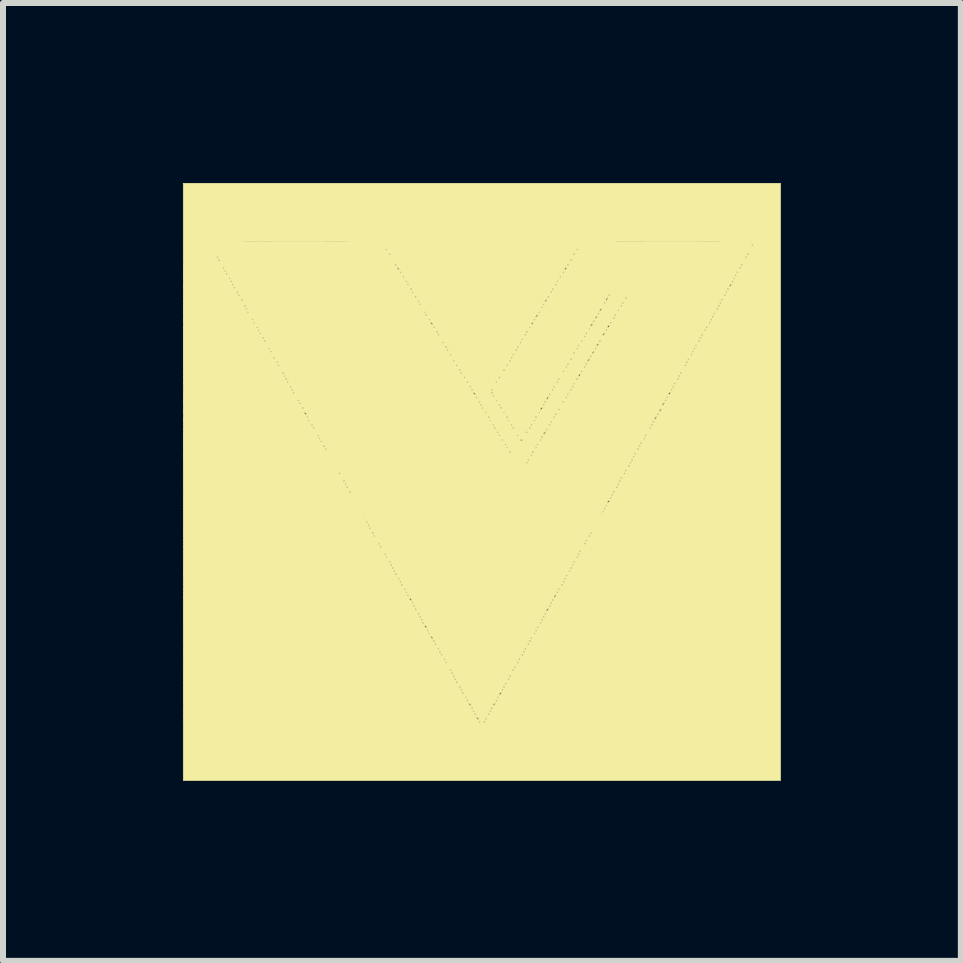
<source format=kicad_pcb>
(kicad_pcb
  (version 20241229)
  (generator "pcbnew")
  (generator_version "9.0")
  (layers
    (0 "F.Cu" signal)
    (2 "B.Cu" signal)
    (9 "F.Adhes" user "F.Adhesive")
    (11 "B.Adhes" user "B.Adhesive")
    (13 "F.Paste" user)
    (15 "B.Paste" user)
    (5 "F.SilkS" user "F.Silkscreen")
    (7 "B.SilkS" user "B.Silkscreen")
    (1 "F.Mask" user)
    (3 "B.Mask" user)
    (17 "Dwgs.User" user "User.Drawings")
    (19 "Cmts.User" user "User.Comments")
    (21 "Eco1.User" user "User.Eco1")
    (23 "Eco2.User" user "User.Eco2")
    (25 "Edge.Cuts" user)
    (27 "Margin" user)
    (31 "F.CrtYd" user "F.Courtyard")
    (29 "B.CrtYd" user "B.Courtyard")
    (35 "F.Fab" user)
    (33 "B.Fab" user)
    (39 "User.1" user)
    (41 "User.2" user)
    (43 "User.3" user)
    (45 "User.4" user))
  (footprint "logo10"
    (layer "F.Cu")
    (at 4.983 4.983)
    (property "Reference" "logo10" (at 0 0 0) (layer "F.SilkS") (effects (font (size 1.524 1.524) (thickness 0.3))))
    (attr through_hole)
    (fp_poly (pts (xy 4.978 4.978) (xy -4.978 4.978) (xy -4.978 4) (xy -0.051 4) (xy -0.038 4.013) (xy -0.025 4) (xy 0.025 4) (xy 0.038 4.013) (xy 0.051 4) (xy 0.038 3.988) (xy 0.025 4) (xy -0.025 4) (xy -0.038 3.988) (xy -0.051 4) (xy -4.978 4) (xy -4.978 3.919) (xy -0.098 3.919) (xy -0.091 3.933) (xy -0.066 3.96) (xy -0.051 3.955) (xy -0.051 3.951) (xy -0.052 3.95) (xy 0.051 3.95) (xy 0.064 3.962) (xy 0.076 3.95) (xy 0.064 3.937) (xy 0.051 3.95) (xy -0.052 3.95) (xy -0.069 3.93) (xy -0.08 3.922) (xy -0.098 3.919) (xy -4.978 3.919) (xy -4.978 3.873) (xy -0.127 3.873) (xy -0.114 3.886) (xy -0.102 3.873) (xy 0.102 3.873) (xy 0.114 3.886) (xy 0.127 3.873) (xy 0.114 3.861) (xy 0.102 3.873) (xy -0.102 3.873) (xy -0.114 3.861) (xy -0.127 3.873) (xy -4.978 3.873) (xy -4.978 3.823) (xy -0.152 3.823) (xy -0.14 3.835) (xy -0.127 3.823) (xy 0.127 3.823) (xy 0.14 3.835) (xy 0.152 3.823) (xy 0.14 3.81) (xy 0.127 3.823) (xy -0.127 3.823) (xy -0.14 3.81) (xy -0.152 3.823) (xy -4.978 3.823) (xy -4.978 3.772) (xy -0.178 3.772) (xy -0.165 3.785) (xy -0.152 3.772) (xy 0.152 3.772) (xy 0.165 3.785) (xy 0.178 3.772) (xy 0.165 3.759) (xy 0.152 3.772) (xy -0.152 3.772) (xy -0.165 3.759) (xy -0.178 3.772) (xy -4.978 3.772) (xy -4.978 3.732) (xy 0.184 3.732) (xy 0.188 3.734) (xy 0.211 3.716) (xy 0.216 3.708) (xy 0.222 3.685) (xy 0.219 3.683) (xy 0.196 3.701) (xy 0.191 3.708) (xy 0.184 3.732) (xy -4.978 3.732) (xy -4.978 3.69) (xy -0.225 3.69) (xy -0.218 3.704) (xy -0.193 3.732) (xy -0.178 3.726) (xy -0.178 3.723) (xy -0.196 3.701) (xy -0.207 3.693) (xy -0.225 3.69) (xy -4.978 3.69) (xy -4.978 3.645) (xy -0.254 3.645) (xy -0.241 3.658) (xy -0.229 3.645) (xy 0.229 3.645) (xy 0.241 3.658) (xy 0.254 3.645) (xy 0.241 3.632) (xy 0.229 3.645) (xy -0.229 3.645) (xy -0.241 3.632) (xy -0.254 3.645) (xy -4.978 3.645) (xy -4.978 3.594) (xy -0.279 3.594) (xy -0.267 3.607) (xy -0.254 3.594) (xy 0.254 3.594) (xy 0.267 3.607) (xy 0.279 3.594) (xy 0.267 3.581) (xy 0.254 3.594) (xy -0.254 3.594) (xy -0.267 3.581) (xy -0.279 3.594) (xy -4.978 3.594) (xy -4.978 3.554) (xy 0.286 3.554) (xy 0.289 3.556) (xy 0.312 3.538) (xy 0.318 3.531) (xy 0.324 3.507) (xy 0.32 3.505) (xy 0.297 3.523) (xy 0.292 3.531) (xy 0.286 3.554) (xy -4.978 3.554) (xy -4.978 3.518) (xy -0.33 3.518) (xy -0.318 3.531) (xy -0.305 3.518) (xy -0.318 3.505) (xy -0.33 3.518) (xy -4.978 3.518) (xy -4.978 3.467) (xy -0.356 3.467) (xy -0.343 3.48) (xy -0.33 3.467) (xy 0.33 3.467) (xy 0.343 3.48) (xy 0.356 3.467) (xy 0.343 3.454) (xy 0.33 3.467) (xy -0.33 3.467) (xy -0.343 3.454) (xy -0.356 3.467) (xy -4.978 3.467) (xy -4.978 3.416) (xy -0.381 3.416) (xy -0.368 3.429) (xy -0.356 3.416) (xy 0.356 3.416) (xy 0.368 3.429) (xy 0.381 3.416) (xy 0.368 3.404) (xy 0.356 3.416) (xy -0.356 3.416) (xy -0.368 3.404) (xy -0.381 3.416) (xy -4.978 3.416) (xy -4.978 3.365) (xy 0.381 3.365) (xy 0.394 3.378) (xy 0.406 3.365) (xy 0.394 3.353) (xy 0.381 3.365) (xy -4.978 3.365) (xy -4.978 3.34) (xy -0.432 3.34) (xy -0.419 3.353) (xy -0.406 3.34) (xy -0.419 3.327) (xy -0.432 3.34) (xy -4.978 3.34) (xy -4.978 3.289) (xy -0.457 3.289) (xy -0.445 3.302) (xy -0.432 3.289) (xy 0.432 3.289) (xy 0.445 3.302) (xy 0.457 3.289) (xy 0.445 3.277) (xy 0.432 3.289) (xy -0.432 3.289) (xy -0.445 3.277) (xy -0.457 3.289) (xy -4.978 3.289) (xy -4.978 3.239) (xy -0.483 3.239) (xy -0.47 3.251) (xy -0.457 3.239) (xy 0.457 3.239) (xy 0.47 3.251) (xy 0.483 3.239) (xy 0.47 3.226) (xy 0.457 3.239) (xy -0.457 3.239) (xy -0.47 3.226) (xy -0.483 3.239) (xy -4.978 3.239) (xy -4.978 3.188) (xy -0.508 3.188) (xy -0.495 3.2) (xy -0.483 3.188) (xy -0.495 3.175) (xy -0.508 3.188) (xy -4.978 3.188) (xy -4.978 3.137) (xy -0.533 3.137) (xy -0.521 3.15) (xy -0.508 3.137) (xy 0.508 3.137) (xy 0.521 3.15) (xy 0.533 3.137) (xy 0.521 3.124) (xy 0.508 3.137) (xy -0.508 3.137) (xy -0.521 3.124) (xy -0.533 3.137) (xy -4.978 3.137) (xy -4.978 3.086) (xy 0.533 3.086) (xy 0.546 3.099) (xy 0.559 3.086) (xy 0.546 3.073) (xy 0.533 3.086) (xy -4.978 3.086) (xy -4.978 3.01) (xy -0.61 3.01) (xy -0.597 3.023) (xy -0.584 3.01) (xy 0.584 3.01) (xy 0.597 3.023) (xy 0.61 3.01) (xy 0.597 2.997) (xy 0.584 3.01) (xy -0.584 3.01) (xy -0.597 2.997) (xy -0.61 3.01) (xy -4.978 3.01) (xy -4.978 2.959) (xy -0.635 2.959) (xy -0.622 2.972) (xy -0.61 2.959) (xy 0.61 2.959) (xy 0.622 2.972) (xy 0.635 2.959) (xy 0.622 2.946) (xy 0.61 2.959) (xy -0.61 2.959) (xy -0.622 2.946) (xy -0.635 2.959) (xy -4.978 2.959) (xy -4.978 2.883) (xy -0.686 2.883) (xy -0.673 2.896) (xy -0.66 2.883) (xy 0.66 2.883) (xy 0.673 2.896) (xy 0.686 2.883) (xy 0.673 2.87) (xy 0.66 2.883) (xy -0.66 2.883) (xy -0.673 2.87) (xy -0.686 2.883) (xy -4.978 2.883) (xy -4.978 2.832) (xy -0.711 2.832) (xy -0.699 2.845) (xy -0.686 2.832) (xy 0.686 2.832) (xy 0.699 2.845) (xy 0.711 2.832) (xy 0.699 2.819) (xy 0.686 2.832) (xy -0.686 2.832) (xy -0.699 2.819) (xy -0.711 2.832) (xy -4.978 2.832) (xy -4.978 2.781) (xy -0.737 2.781) (xy -0.724 2.794) (xy -0.711 2.781) (xy 0.711 2.781) (xy 0.724 2.794) (xy 0.737 2.781) (xy 0.724 2.769) (xy 0.711 2.781) (xy -0.711 2.781) (xy -0.724 2.769) (xy -0.737 2.781) (xy -4.978 2.781) (xy -4.978 2.705) (xy -0.787 2.705) (xy -0.775 2.718) (xy -0.762 2.705) (xy 0.762 2.705) (xy 0.775 2.718) (xy 0.787 2.705) (xy 0.775 2.692) (xy 0.762 2.705) (xy -0.762 2.705) (xy -0.775 2.692) (xy -0.787 2.705) (xy -4.978 2.705) (xy -4.978 2.654) (xy -0.813 2.654) (xy -0.8 2.667) (xy -0.787 2.654) (xy 0.787 2.654) (xy 0.8 2.667) (xy 0.813 2.654) (xy 0.8 2.642) (xy 0.787 2.654) (xy -0.787 2.654) (xy -0.8 2.642) (xy -0.813 2.654) (xy -4.978 2.654) (xy -4.978 2.573) (xy -0.86 2.573) (xy -0.853 2.587) (xy -0.828 2.614) (xy -0.813 2.609) (xy -0.813 2.605) (xy -0.814 2.603) (xy 0.813 2.603) (xy 0.826 2.616) (xy 0.838 2.603) (xy 0.826 2.591) (xy 0.813 2.603) (xy -0.814 2.603) (xy -0.831 2.584) (xy -0.842 2.576) (xy -0.86 2.573) (xy -4.978 2.573) (xy -4.978 2.527) (xy -0.889 2.527) (xy -0.876 2.54) (xy -0.864 2.527) (xy 0.864 2.527) (xy 0.876 2.54) (xy 0.889 2.527) (xy 0.876 2.515) (xy 0.864 2.527) (xy -0.864 2.527) (xy -0.876 2.515) (xy -0.889 2.527) (xy -4.978 2.527) (xy -4.978 2.477) (xy -0.914 2.477) (xy -0.902 2.489) (xy -0.889 2.477) (xy 0.889 2.477) (xy 0.902 2.489) (xy 0.914 2.477) (xy 0.902 2.464) (xy 0.889 2.477) (xy -0.889 2.477) (xy -0.902 2.464) (xy -0.914 2.477) (xy -4.978 2.477) (xy -4.978 2.395) (xy -0.961 2.395) (xy -0.955 2.409) (xy -0.929 2.436) (xy -0.915 2.431) (xy -0.914 2.427) (xy -0.916 2.426) (xy 0.914 2.426) (xy 0.927 2.438) (xy 0.94 2.426) (xy 0.927 2.413) (xy 0.914 2.426) (xy -0.916 2.426) (xy -0.932 2.406) (xy -0.944 2.398) (xy -0.961 2.395) (xy -4.978 2.395) (xy -4.978 2.349) (xy -0.991 2.349) (xy -0.978 2.362) (xy -0.965 2.349) (xy 0.965 2.349) (xy 0.978 2.362) (xy 0.991 2.349) (xy 0.978 2.337) (xy 0.965 2.349) (xy -0.965 2.349) (xy -0.978 2.337) (xy -0.991 2.349) (xy -4.978 2.349) (xy -4.978 2.299) (xy -1.016 2.299) (xy -1.003 2.311) (xy -0.991 2.299) (xy 0.991 2.299) (xy 1.003 2.311) (xy 1.016 2.299) (xy 1.003 2.286) (xy 0.991 2.299) (xy -0.991 2.299) (xy -1.003 2.286) (xy -1.016 2.299) (xy -4.978 2.299) (xy -4.978 2.248) (xy -1.041 2.248) (xy -1.029 2.261) (xy -1.016 2.248) (xy 1.016 2.248) (xy 1.029 2.261) (xy 1.041 2.248) (xy 1.029 2.235) (xy 1.016 2.248) (xy -1.016 2.248) (xy -1.029 2.235) (xy -1.041 2.248) (xy -4.978 2.248) (xy -4.978 2.197) (xy -1.067 2.197) (xy -1.054 2.21) (xy -1.041 2.197) (xy 1.041 2.197) (xy 1.054 2.21) (xy 1.067 2.197) (xy 1.054 2.184) (xy 1.041 2.197) (xy -1.041 2.197) (xy -1.054 2.184) (xy -1.067 2.197) (xy -4.978 2.197) (xy -4.978 2.157) (xy 1.073 2.157) (xy 1.077 2.159) (xy 1.1 2.141) (xy 1.105 2.134) (xy 1.111 2.11) (xy 1.108 2.108) (xy 1.085 2.126) (xy 1.079 2.134) (xy 1.073 2.157) (xy -4.978 2.157) (xy -4.978 2.121) (xy -1.118 2.121) (xy -1.105 2.134) (xy -1.092 2.121) (xy -1.105 2.108) (xy -1.118 2.121) (xy -4.978 2.121) (xy -4.978 2.07) (xy -1.143 2.07) (xy -1.13 2.083) (xy -1.118 2.07) (xy 1.118 2.07) (xy 1.13 2.083) (xy 1.143 2.07) (xy 1.13 2.057) (xy 1.118 2.07) (xy -1.118 2.07) (xy -1.13 2.057) (xy -1.143 2.07) (xy -4.978 2.07) (xy -4.978 2.019) (xy -1.168 2.019) (xy -1.156 2.032) (xy -1.143 2.019) (xy 1.143 2.019) (xy 1.156 2.032) (xy 1.168 2.019) (xy 1.156 2.007) (xy 1.143 2.019) (xy -1.143 2.019) (xy -1.156 2.007) (xy -1.168 2.019) (xy -4.978 2.019) (xy -4.978 1.938) (xy -1.215 1.938) (xy -1.209 1.952) (xy -1.183 1.979) (xy -1.169 1.974) (xy -1.168 1.97) (xy -1.17 1.968) (xy 1.168 1.968) (xy 1.181 1.981) (xy 1.194 1.968) (xy 1.181 1.956) (xy 1.168 1.968) (xy -1.17 1.968) (xy -1.186 1.949) (xy -1.198 1.941) (xy -1.215 1.938) (xy -4.978 1.938) (xy -4.978 1.929) (xy 1.2 1.929) (xy 1.204 1.93) (xy 1.227 1.913) (xy 1.232 1.905) (xy 1.238 1.881) (xy 1.235 1.88) (xy 1.212 1.897) (xy 1.206 1.905) (xy 1.2 1.929) (xy -4.978 1.929) (xy -4.978 1.892) (xy -1.245 1.892) (xy -1.232 1.905) (xy -1.219 1.892) (xy -1.232 1.88) (xy -1.245 1.892) (xy -4.978 1.892) (xy -4.978 1.841) (xy -1.27 1.841) (xy -1.257 1.854) (xy -1.245 1.841) (xy 1.245 1.841) (xy 1.257 1.854) (xy 1.27 1.841) (xy 1.257 1.829) (xy 1.245 1.841) (xy -1.245 1.841) (xy -1.257 1.829) (xy -1.27 1.841) (xy -4.978 1.841) (xy -4.978 1.791) (xy -1.295 1.791) (xy -1.283 1.803) (xy -1.27 1.791) (xy 1.27 1.791) (xy 1.283 1.803) (xy 1.295 1.791) (xy 1.283 1.778) (xy 1.27 1.791) (xy -1.27 1.791) (xy -1.283 1.778) (xy -1.295 1.791) (xy -4.978 1.791) (xy -4.978 1.714) (xy -1.346 1.714) (xy -1.333 1.727) (xy -1.321 1.714) (xy 1.321 1.714) (xy 1.333 1.727) (xy 1.346 1.714) (xy 1.333 1.702) (xy 1.321 1.714) (xy -1.321 1.714) (xy -1.333 1.702) (xy -1.346 1.714) (xy -4.978 1.714) (xy -4.978 1.664) (xy -1.372 1.664) (xy -1.359 1.676) (xy -1.346 1.664) (xy 1.346 1.664) (xy 1.359 1.676) (xy 1.372 1.664) (xy 1.359 1.651) (xy 1.346 1.664) (xy -1.346 1.664) (xy -1.359 1.651) (xy -1.372 1.664) (xy -4.978 1.664) (xy -4.978 1.613) (xy -1.397 1.613) (xy -1.384 1.626) (xy -1.372 1.613) (xy 1.372 1.613) (xy 1.384 1.626) (xy 1.397 1.613) (xy 1.384 1.6) (xy 1.372 1.613) (xy -1.372 1.613) (xy -1.384 1.6) (xy -1.397 1.613) (xy -4.978 1.613) (xy -4.978 1.562) (xy 1.397 1.562) (xy 1.41 1.575) (xy 1.422 1.562) (xy 1.41 1.549) (xy 1.397 1.562) (xy -4.978 1.562) (xy -4.978 1.537) (xy -1.448 1.537) (xy -1.435 1.549) (xy -1.422 1.537) (xy -1.435 1.524) (xy -1.448 1.537) (xy -4.978 1.537) (xy -4.978 1.486) (xy -1.473 1.486) (xy -1.46 1.499) (xy -1.448 1.486) (xy 1.448 1.486) (xy 1.46 1.499) (xy 1.473 1.486) (xy 1.46 1.473) (xy 1.448 1.486) (xy -1.448 1.486) (xy -1.46 1.473) (xy -1.473 1.486) (xy -4.978 1.486) (xy -4.978 1.435) (xy -1.499 1.435) (xy -1.486 1.448) (xy -1.473 1.435) (xy 1.473 1.435) (xy 1.486 1.448) (xy 1.499 1.435) (xy 1.486 1.422) (xy 1.473 1.435) (xy -1.473 1.435) (xy -1.486 1.422) (xy -1.499 1.435) (xy -4.978 1.435) (xy -4.978 1.384) (xy -1.524 1.384) (xy -1.511 1.397) (xy -1.499 1.384) (xy 1.499 1.384) (xy 1.511 1.397) (xy 1.524 1.384) (xy 1.511 1.372) (xy 1.499 1.384) (xy -1.499 1.384) (xy -1.511 1.372) (xy -1.524 1.384) (xy -4.978 1.384) (xy -4.978 1.333) (xy -1.549 1.333) (xy -1.537 1.346) (xy -1.524 1.333) (xy 1.524 1.333) (xy 1.537 1.346) (xy 1.549 1.333) (xy 1.537 1.321) (xy 1.524 1.333) (xy -1.524 1.333) (xy -1.537 1.321) (xy -1.549 1.333) (xy -4.978 1.333) (xy -4.978 1.257) (xy -1.6 1.257) (xy -1.587 1.27) (xy -1.575 1.257) (xy 1.575 1.257) (xy 1.587 1.27) (xy 1.6 1.257) (xy 1.587 1.245) (xy 1.575 1.257) (xy -1.575 1.257) (xy -1.587 1.245) (xy -1.6 1.257) (xy -4.978 1.257) (xy -4.978 1.206) (xy -1.626 1.206) (xy -1.613 1.219) (xy -1.6 1.206) (xy 1.6 1.206) (xy 1.613 1.219) (xy 1.626 1.206) (xy 1.613 1.194) (xy 1.6 1.206) (xy -1.6 1.206) (xy -1.613 1.194) (xy -1.626 1.206) (xy -4.978 1.206) (xy -4.978 1.156) (xy 1.626 1.156) (xy 1.638 1.168) (xy 1.651 1.156) (xy 1.638 1.143) (xy 1.626 1.156) (xy -4.978 1.156) (xy -4.978 1.079) (xy -1.702 1.079) (xy -1.689 1.092) (xy -1.676 1.079) (xy -1.689 1.067) (xy -1.702 1.079) (xy -4.978 1.079) (xy -4.978 1.029) (xy -1.727 1.029) (xy -1.714 1.041) (xy -1.702 1.029) (xy 1.702 1.029) (xy 1.714 1.041) (xy 1.727 1.029) (xy 1.714 1.016) (xy 1.702 1.029) (xy -1.702 1.029) (xy -1.714 1.016) (xy -1.727 1.029) (xy -4.978 1.029) (xy -4.978 0.978) (xy 1.727 0.978) (xy 1.74 0.991) (xy 1.753 0.978) (xy 1.74 0.965) (xy 1.727 0.978) (xy -4.978 0.978) (xy -4.978 0.902) (xy -1.803 0.902) (xy -1.791 0.914) (xy -1.778 0.902) (xy 1.778 0.902) (xy 1.791 0.914) (xy 1.803 0.902) (xy 1.791 0.889) (xy 1.778 0.902) (xy -1.778 0.902) (xy -1.791 0.889) (xy -1.803 0.902) (xy -4.978 0.902) (xy -4.978 0.851) (xy -1.829 0.851) (xy -1.816 0.864) (xy -1.803 0.851) (xy 1.803 0.851) (xy 1.816 0.864) (xy 1.829 0.851) (xy 1.816 0.838) (xy 1.803 0.851) (xy -1.803 0.851) (xy -1.816 0.838) (xy -1.829 0.851) (xy -4.978 0.851) (xy -4.978 0.811) (xy 1.835 0.811) (xy 1.839 0.813) (xy 1.862 0.795) (xy 1.867 0.787) (xy 1.873 0.764) (xy 1.87 0.762) (xy 1.847 0.78) (xy 1.841 0.787) (xy 1.835 0.811) (xy -4.978 0.811) (xy -4.978 0.775) (xy -1.88 0.775) (xy -1.867 0.787) (xy -1.854 0.775) (xy -1.867 0.762) (xy -1.88 0.775) (xy -4.978 0.775) (xy -4.978 0.724) (xy -1.905 0.724) (xy -1.892 0.737) (xy -1.88 0.724) (xy 1.88 0.724) (xy 1.892 0.737) (xy 1.905 0.724) (xy 1.892 0.711) (xy 1.88 0.724) (xy -1.88 0.724) (xy -1.892 0.711) (xy -1.905 0.724) (xy -4.978 0.724) (xy -4.978 0.673) (xy -1.93 0.673) (xy -1.918 0.686) (xy -1.905 0.673) (xy 1.905 0.673) (xy 1.918 0.686) (xy 1.93 0.673) (xy 1.918 0.66) (xy 1.905 0.673) (xy -1.905 0.673) (xy -1.918 0.66) (xy -1.93 0.673) (xy -4.978 0.673) (xy -4.978 0.633) (xy 1.937 0.633) (xy 1.94 0.635) (xy 1.963 0.617) (xy 1.968 0.61) (xy 1.975 0.586) (xy 1.971 0.584) (xy 1.948 0.602) (xy 1.943 0.61) (xy 1.937 0.633) (xy -4.978 0.633) (xy -4.978 0.597) (xy -1.981 0.597) (xy -1.968 0.61) (xy -1.956 0.597) (xy -1.968 0.584) (xy -1.981 0.597) (xy -4.978 0.597) (xy -4.978 0.546) (xy 1.981 0.546) (xy 1.994 0.559) (xy 2.007 0.546) (xy 1.994 0.533) (xy 1.981 0.546) (xy -4.978 0.546) (xy -4.978 0.495) (xy -2.032 0.495) (xy -2.019 0.508) (xy -2.007 0.495) (xy 2.007 0.495) (xy 2.019 0.508) (xy 2.032 0.495) (xy 2.019 0.483) (xy 2.007 0.495) (xy -2.007 0.495) (xy -2.019 0.483) (xy -2.032 0.495) (xy -4.978 0.495) (xy -4.978 0.445) (xy -2.057 0.445) (xy -2.045 0.457) (xy -2.032 0.445) (xy 2.032 0.445) (xy 2.045 0.457) (xy 2.057 0.445) (xy 2.045 0.432) (xy 2.032 0.445) (xy -2.032 0.445) (xy -2.045 0.432) (xy -2.057 0.445) (xy -4.978 0.445) (xy -4.978 0.394) (xy -2.083 0.394) (xy -2.07 0.406) (xy -2.057 0.394) (xy 2.057 0.394) (xy 2.07 0.406) (xy 2.083 0.394) (xy 2.07 0.381) (xy 2.057 0.394) (xy -2.057 0.394) (xy -2.07 0.381) (xy -2.083 0.394) (xy -4.978 0.394) (xy -4.978 0.354) (xy 2.089 0.354) (xy 2.093 0.356) (xy 2.116 0.338) (xy 2.121 0.33) (xy 2.127 0.306) (xy 2.124 0.305) (xy 2.101 0.323) (xy 2.095 0.33) (xy 2.089 0.354) (xy -4.978 0.354) (xy -4.978 0.318) (xy -2.134 0.318) (xy -2.121 0.33) (xy -2.108 0.318) (xy -2.121 0.305) (xy -2.134 0.318) (xy -4.978 0.318) (xy -4.978 0.267) (xy -2.159 0.267) (xy -2.146 0.279) (xy -2.134 0.267) (xy 2.134 0.267) (xy 2.146 0.279) (xy 2.159 0.267) (xy 2.146 0.254) (xy 2.134 0.267) (xy -2.134 0.267) (xy -2.146 0.254) (xy -2.159 0.267) (xy -4.978 0.267) (xy -4.978 0.216) (xy -2.184 0.216) (xy -2.172 0.229) (xy -2.159 0.216) (xy 2.159 0.216) (xy 2.172 0.229) (xy 2.184 0.216) (xy 2.172 0.203) (xy 2.159 0.216) (xy -2.159 0.216) (xy -2.172 0.203) (xy -2.184 0.216) (xy -4.978 0.216) (xy -4.978 0.165) (xy -2.21 0.165) (xy -2.197 0.178) (xy -2.184 0.165) (xy 2.184 0.165) (xy 2.197 0.178) (xy 2.21 0.165) (xy 2.197 0.152) (xy 2.184 0.165) (xy -2.184 0.165) (xy -2.197 0.152) (xy -2.21 0.165) (xy -4.978 0.165) (xy -4.978 0.089) (xy -2.261 0.089) (xy -2.248 0.102) (xy -2.235 0.089) (xy 2.235 0.089) (xy 2.248 0.102) (xy 2.261 0.089) (xy 2.248 0.076) (xy 2.235 0.089) (xy -2.235 0.089) (xy -2.248 0.076) (xy -2.261 0.089) (xy -4.978 0.089) (xy -4.978 0.038) (xy -2.286 0.038) (xy -2.273 0.051) (xy -2.261 0.038) (xy 2.261 0.038) (xy 2.273 0.051) (xy 2.286 0.038) (xy 2.273 0.025) (xy 2.261 0.038) (xy -2.261 0.038) (xy -2.273 0.025) (xy -2.286 0.038) (xy -4.978 0.038) (xy -4.978 -0.013) (xy -2.311 -0.013) (xy -2.299 0) (xy -2.286 -0.013) (xy 2.286 -0.013) (xy 2.299 0) (xy 2.311 -0.013) (xy 2.299 -0.025) (xy 2.286 -0.013) (xy -2.286 -0.013) (xy -2.299 -0.025) (xy -2.311 -0.013) (xy -4.978 -0.013) (xy -4.978 -0.064) (xy 2.311 -0.064) (xy 2.324 -0.051) (xy 2.337 -0.064) (xy 2.324 -0.076) (xy 2.311 -0.064) (xy -4.978 -0.064) (xy -4.978 -0.14) (xy -2.388 -0.14) (xy -2.375 -0.127) (xy -2.362 -0.14) (xy 2.362 -0.14) (xy 2.375 -0.127) (xy 2.388 -0.14) (xy 2.375 -0.152) (xy 2.362 -0.14) (xy -2.362 -0.14) (xy -2.375 -0.152) (xy -2.388 -0.14) (xy -4.978 -0.14) (xy -4.978 -0.195) (xy 0.643 -0.195) (xy 0.647 -0.18) (xy 0.66 -0.178) (xy 0.681 -0.187) (xy 0.68 -0.191) (xy 2.388 -0.191) (xy 2.4 -0.178) (xy 2.413 -0.191) (xy 2.4 -0.203) (xy 2.388 -0.191) (xy 0.68 -0.191) (xy 0.677 -0.195) (xy 0.647 -0.198) (xy 0.643 -0.195) (xy -4.978 -0.195) (xy -4.978 -0.23) (xy 0.692 -0.23) (xy 0.696 -0.229) (xy 0.719 -0.246) (xy 0.724 -0.254) (xy 0.727 -0.267) (xy 2.438 -0.267) (xy 2.451 -0.254) (xy 2.464 -0.267) (xy 2.451 -0.279) (xy 2.438 -0.267) (xy 0.727 -0.267) (xy 0.73 -0.278) (xy 0.727 -0.279) (xy 0.704 -0.262) (xy 0.699 -0.254) (xy 0.692 -0.23) (xy -4.978 -0.23) (xy -4.978 -0.267) (xy -2.464 -0.267) (xy -2.451 -0.254) (xy -2.438 -0.267) (xy 0.584 -0.267) (xy 0.597 -0.254) (xy 0.61 -0.267) (xy 0.597 -0.279) (xy 0.584 -0.267) (xy -2.438 -0.267) (xy -2.451 -0.279) (xy -2.464 -0.267) (xy -4.978 -0.267) (xy -4.978 -0.318) (xy -2.489 -0.318) (xy -2.477 -0.305) (xy -2.464 -0.318) (xy 0.559 -0.318) (xy 0.572 -0.305) (xy 0.584 -0.318) (xy 0.737 -0.318) (xy 0.749 -0.305) (xy 0.762 -0.318) (xy 2.464 -0.318) (xy 2.477 -0.305) (xy 2.489 -0.318) (xy 2.477 -0.33) (xy 2.464 -0.318) (xy 0.762 -0.318) (xy 0.749 -0.33) (xy 0.737 -0.318) (xy 0.584 -0.318) (xy 0.572 -0.33) (xy 0.559 -0.318) (xy -2.464 -0.318) (xy -2.477 -0.33) (xy -2.489 -0.318) (xy -4.978 -0.318) (xy -4.978 -0.368) (xy -2.515 -0.368) (xy -2.502 -0.356) (xy -2.489 -0.368) (xy 0.762 -0.368) (xy 0.775 -0.356) (xy 0.787 -0.368) (xy 2.489 -0.368) (xy 2.502 -0.356) (xy 2.515 -0.368) (xy 2.502 -0.381) (xy 2.489 -0.368) (xy 0.787 -0.368) (xy 0.775 -0.381) (xy 0.762 -0.368) (xy -2.489 -0.368) (xy -2.502 -0.381) (xy -2.515 -0.368) (xy -4.978 -0.368) (xy -4.978 -0.394) (xy 0.508 -0.394) (xy 0.521 -0.381) (xy 0.533 -0.394) (xy 0.521 -0.406) (xy 0.508 -0.394) (xy -4.978 -0.394) (xy -4.978 -0.419) (xy -2.54 -0.419) (xy -2.527 -0.406) (xy -2.515 -0.419) (xy 2.515 -0.419) (xy 2.527 -0.406) (xy 2.54 -0.419) (xy 2.527 -0.432) (xy 2.515 -0.419) (xy -2.515 -0.419) (xy -2.527 -0.432) (xy -2.54 -0.419) (xy -4.978 -0.419) (xy -4.978 -0.445) (xy 0.483 -0.445) (xy 0.495 -0.432) (xy 0.508 -0.445) (xy 0.813 -0.445) (xy 0.826 -0.432) (xy 0.838 -0.445) (xy 0.826 -0.457) (xy 0.813 -0.445) (xy 0.508 -0.445) (xy 0.495 -0.457) (xy 0.483 -0.445) (xy -4.978 -0.445) (xy -4.978 -0.47) (xy 2.54 -0.47) (xy 2.553 -0.457) (xy 2.565 -0.47) (xy 2.553 -0.483) (xy 2.54 -0.47) (xy -4.978 -0.47) (xy -4.978 -0.495) (xy 0.457 -0.495) (xy 0.47 -0.483) (xy 0.483 -0.495) (xy 0.838 -0.495) (xy 0.851 -0.483) (xy 0.864 -0.495) (xy 0.851 -0.508) (xy 0.838 -0.495) (xy 0.483 -0.495) (xy 0.47 -0.508) (xy 0.457 -0.495) (xy -4.978 -0.495) (xy -4.978 -0.546) (xy -2.616 -0.546) (xy -2.603 -0.533) (xy -2.591 -0.546) (xy 2.591 -0.546) (xy 2.603 -0.533) (xy 2.616 -0.546) (xy 2.603 -0.559) (xy 2.591 -0.546) (xy -2.591 -0.546) (xy -2.603 -0.559) (xy -2.616 -0.546) (xy -4.978 -0.546) (xy -4.978 -0.572) (xy 0.406 -0.572) (xy 0.419 -0.559) (xy 0.432 -0.572) (xy 0.889 -0.572) (xy 0.902 -0.559) (xy 0.914 -0.572) (xy 0.902 -0.584) (xy 0.889 -0.572) (xy 0.432 -0.572) (xy 0.419 -0.584) (xy 0.406 -0.572) (xy -4.978 -0.572) (xy -4.978 -0.597) (xy -2.642 -0.597) (xy -2.629 -0.584) (xy -2.616 -0.597) (xy 2.616 -0.597) (xy 2.629 -0.584) (xy 2.642 -0.597) (xy 2.629 -0.61) (xy 2.616 -0.597) (xy -2.616 -0.597) (xy -2.629 -0.61) (xy -2.642 -0.597) (xy -4.978 -0.597) (xy -4.978 -0.622) (xy 0.381 -0.622) (xy 0.394 -0.61) (xy 0.406 -0.622) (xy 0.914 -0.622) (xy 0.927 -0.61) (xy 0.94 -0.622) (xy 0.927 -0.635) (xy 0.914 -0.622) (xy 0.406 -0.622) (xy 0.394 -0.635) (xy 0.381 -0.622) (xy -4.978 -0.622) (xy -4.978 -0.648) (xy 2.642 -0.648) (xy 2.654 -0.635) (xy 2.667 -0.648) (xy 2.654 -0.66) (xy 2.642 -0.648) (xy -4.978 -0.648) (xy -4.978 -0.673) (xy -2.692 -0.673) (xy -2.68 -0.66) (xy -2.667 -0.673) (xy -2.68 -0.686) (xy -2.692 -0.673) (xy -4.978 -0.673) (xy -4.978 -0.699) (xy 0.33 -0.699) (xy 0.343 -0.686) (xy 0.356 -0.699) (xy 0.351 -0.703) (xy 0.643 -0.703) (xy 0.647 -0.688) (xy 0.66 -0.686) (xy 0.681 -0.695) (xy 0.68 -0.699) (xy 0.965 -0.699) (xy 0.978 -0.686) (xy 0.991 -0.699) (xy 0.978 -0.711) (xy 0.965 -0.699) (xy 0.68 -0.699) (xy 0.677 -0.703) (xy 0.647 -0.706) (xy 0.643 -0.703) (xy 0.351 -0.703) (xy 0.343 -0.711) (xy 0.33 -0.699) (xy -4.978 -0.699) (xy -4.978 -0.724) (xy -2.718 -0.724) (xy -2.705 -0.711) (xy -2.692 -0.724) (xy 2.692 -0.724) (xy 2.705 -0.711) (xy 2.718 -0.724) (xy 2.705 -0.737) (xy 2.692 -0.724) (xy -2.692 -0.724) (xy -2.705 -0.737) (xy -2.718 -0.724) (xy -4.978 -0.724) (xy -4.978 -0.749) (xy 0.991 -0.749) (xy 1.003 -0.737) (xy 1.016 -0.749) (xy 1.003 -0.762) (xy 0.991 -0.749) (xy -4.978 -0.749) (xy -4.978 -0.775) (xy -2.743 -0.775) (xy -2.731 -0.762) (xy -2.718 -0.775) (xy 0.279 -0.775) (xy 0.292 -0.762) (xy 0.305 -0.775) (xy 0.584 -0.775) (xy 0.597 -0.762) (xy 0.61 -0.775) (xy 2.718 -0.775) (xy 2.731 -0.762) (xy 2.743 -0.775) (xy 2.731 -0.787) (xy 2.718 -0.775) (xy 0.61 -0.775) (xy 0.597 -0.787) (xy 0.584 -0.775) (xy 0.305 -0.775) (xy 0.292 -0.787) (xy 0.279 -0.775) (xy -2.718 -0.775) (xy -2.731 -0.787) (xy -2.743 -0.775) (xy -4.978 -0.775) (xy -4.978 -0.789) (xy 1.022 -0.789) (xy 1.026 -0.787) (xy 1.049 -0.805) (xy 1.054 -0.813) (xy 1.061 -0.837) (xy 1.057 -0.838) (xy 1.034 -0.82) (xy 1.029 -0.813) (xy 1.022 -0.789) (xy -4.978 -0.789) (xy -4.978 -0.826) (xy 0.254 -0.826) (xy 0.267 -0.813) (xy 0.279 -0.826) (xy 0.737 -0.826) (xy 0.749 -0.813) (xy 0.762 -0.826) (xy 0.749 -0.838) (xy 0.737 -0.826) (xy 0.279 -0.826) (xy 0.267 -0.838) (xy 0.254 -0.826) (xy -4.978 -0.826) (xy -4.978 -0.876) (xy 1.067 -0.876) (xy 1.079 -0.864) (xy 1.092 -0.876) (xy 1.079 -0.889) (xy 1.067 -0.876) (xy -4.978 -0.876) (xy -4.978 -0.902) (xy -2.819 -0.902) (xy -2.807 -0.889) (xy -2.794 -0.902) (xy 0.203 -0.902) (xy 0.216 -0.889) (xy 0.229 -0.902) (xy 0.508 -0.902) (xy 0.521 -0.889) (xy 0.533 -0.902) (xy 0.787 -0.902) (xy 0.8 -0.889) (xy 0.813 -0.902) (xy 2.794 -0.902) (xy 2.807 -0.889) (xy 2.819 -0.902) (xy 2.807 -0.914) (xy 2.794 -0.902) (xy 0.813 -0.902) (xy 0.8 -0.914) (xy 0.787 -0.902) (xy 0.533 -0.902) (xy 0.521 -0.914) (xy 0.508 -0.902) (xy 0.229 -0.902) (xy 0.216 -0.914) (xy 0.203 -0.902) (xy -2.794 -0.902) (xy -2.807 -0.914) (xy -2.819 -0.902) (xy -4.978 -0.902) (xy -4.978 -0.953) (xy -2.845 -0.953) (xy -2.832 -0.94) (xy -2.819 -0.953) (xy 0.178 -0.953) (xy 0.191 -0.94) (xy 0.203 -0.953) (xy 0.483 -0.953) (xy 0.495 -0.94) (xy 0.508 -0.953) (xy 0.813 -0.953) (xy 0.826 -0.94) (xy 0.838 -0.953) (xy 1.118 -0.953) (xy 1.13 -0.94) (xy 1.143 -0.953) (xy 2.819 -0.953) (xy 2.832 -0.94) (xy 2.845 -0.953) (xy 2.832 -0.965) (xy 2.819 -0.953) (xy 1.143 -0.953) (xy 1.13 -0.965) (xy 1.118 -0.953) (xy 0.838 -0.953) (xy 0.826 -0.965) (xy 0.813 -0.953) (xy 0.508 -0.953) (xy 0.495 -0.965) (xy 0.483 -0.953) (xy 0.203 -0.953) (xy 0.191 -0.965) (xy 0.178 -0.953) (xy -2.819 -0.953) (xy -2.832 -0.965) (xy -2.845 -0.953) (xy -4.978 -0.953) (xy -4.978 -1.003) (xy 1.143 -1.003) (xy 1.156 -0.991) (xy 1.168 -1.003) (xy 2.845 -1.003) (xy 2.857 -0.991) (xy 2.87 -1.003) (xy 2.857 -1.016) (xy 2.845 -1.003) (xy 1.168 -1.003) (xy 1.156 -1.016) (xy 1.143 -1.003) (xy -4.978 -1.003) (xy -4.978 -1.029) (xy -2.896 -1.029) (xy -2.883 -1.016) (xy -2.87 -1.029) (xy 0.127 -1.029) (xy 0.14 -1.016) (xy 0.152 -1.029) (xy 0.432 -1.029) (xy 0.445 -1.016) (xy 0.457 -1.029) (xy 0.864 -1.029) (xy 0.876 -1.016) (xy 0.889 -1.029) (xy 0.876 -1.041) (xy 0.864 -1.029) (xy 0.457 -1.029) (xy 0.445 -1.041) (xy 0.432 -1.029) (xy 0.152 -1.029) (xy 0.14 -1.041) (xy 0.127 -1.029) (xy -2.87 -1.029) (xy -2.883 -1.041) (xy -2.896 -1.029) (xy -4.978 -1.029) (xy -4.978 -1.043) (xy 2.876 -1.043) (xy 2.88 -1.041) (xy 2.903 -1.059) (xy 2.908 -1.067) (xy 2.915 -1.091) (xy 2.911 -1.092) (xy 2.888 -1.074) (xy 2.883 -1.067) (xy 2.876 -1.043) (xy -4.978 -1.043) (xy -4.978 -1.079) (xy -2.921 -1.079) (xy -2.908 -1.067) (xy -2.896 -1.079) (xy 0.102 -1.079) (xy 0.114 -1.067) (xy 0.127 -1.079) (xy 0.406 -1.079) (xy 0.419 -1.067) (xy 0.432 -1.079) (xy 0.889 -1.079) (xy 0.902 -1.067) (xy 0.914 -1.079) (xy 1.194 -1.079) (xy 1.206 -1.067) (xy 1.219 -1.079) (xy 1.206 -1.092) (xy 1.194 -1.079) (xy 0.914 -1.079) (xy 0.902 -1.092) (xy 0.889 -1.079) (xy 0.432 -1.079) (xy 0.419 -1.092) (xy 0.406 -1.079) (xy 0.127 -1.079) (xy 0.114 -1.092) (xy 0.102 -1.079) (xy -2.896 -1.079) (xy -2.908 -1.092) (xy -2.921 -1.079) (xy -4.978 -1.079) (xy -4.978 -1.161) (xy -2.968 -1.161) (xy -2.962 -1.147) (xy -2.936 -1.12) (xy -2.921 -1.125) (xy -2.921 -1.129) (xy -2.922 -1.13) (xy 1.219 -1.13) (xy 1.232 -1.118) (xy 1.245 -1.13) (xy 2.921 -1.13) (xy 2.934 -1.118) (xy 2.946 -1.13) (xy 2.934 -1.143) (xy 2.921 -1.13) (xy 1.245 -1.13) (xy 1.232 -1.143) (xy 1.219 -1.13) (xy -2.922 -1.13) (xy -2.939 -1.15) (xy -2.947 -1.156) (xy 0.051 -1.156) (xy 0.064 -1.143) (xy 0.076 -1.156) (xy 0.356 -1.156) (xy 0.368 -1.143) (xy 0.381 -1.156) (xy 0.94 -1.156) (xy 0.953 -1.143) (xy 0.965 -1.156) (xy 0.953 -1.168) (xy 0.94 -1.156) (xy 0.381 -1.156) (xy 0.368 -1.168) (xy 0.356 -1.156) (xy 0.076 -1.156) (xy 0.064 -1.168) (xy 0.051 -1.156) (xy -2.947 -1.156) (xy -2.95 -1.158) (xy -2.968 -1.161) (xy -4.978 -1.161) (xy -4.978 -1.17) (xy 2.953 -1.17) (xy 2.956 -1.168) (xy 2.979 -1.186) (xy 2.985 -1.194) (xy 2.991 -1.218) (xy 2.987 -1.219) (xy 2.964 -1.201) (xy 2.959 -1.194) (xy 2.953 -1.17) (xy -4.978 -1.17) (xy -4.978 -1.195) (xy 0.971 -1.195) (xy 0.975 -1.194) (xy 0.991 -1.206) (xy 1.27 -1.206) (xy 1.283 -1.194) (xy 1.295 -1.206) (xy 1.283 -1.219) (xy 1.27 -1.206) (xy 0.991 -1.206) (xy 0.998 -1.212) (xy 1.003 -1.219) (xy 1.01 -1.243) (xy 1.006 -1.245) (xy 0.983 -1.227) (xy 0.978 -1.219) (xy 0.971 -1.195) (xy -4.978 -1.195) (xy -4.978 -1.232) (xy -2.997 -1.232) (xy -2.985 -1.219) (xy -2.972 -1.232) (xy 0 -1.232) (xy 0.013 -1.219) (xy 0.025 -1.232) (xy 0.305 -1.232) (xy 0.318 -1.219) (xy 0.33 -1.232) (xy 0.318 -1.245) (xy 0.305 -1.232) (xy 0.025 -1.232) (xy 0.013 -1.245) (xy 0 -1.232) (xy -2.972 -1.232) (xy -2.985 -1.245) (xy -2.997 -1.232) (xy -4.978 -1.232) (xy -4.978 -1.283) (xy -0.025 -1.283) (xy -0.013 -1.27) (xy 0 -1.283) (xy 0.279 -1.283) (xy 0.292 -1.27) (xy 0.305 -1.283) (xy 1.016 -1.283) (xy 1.029 -1.27) (xy 1.03 -1.272) (xy 3.003 -1.272) (xy 3.007 -1.27) (xy 3.03 -1.288) (xy 3.035 -1.295) (xy 3.042 -1.319) (xy 3.038 -1.321) (xy 3.015 -1.303) (xy 3.01 -1.295) (xy 3.003 -1.272) (xy 1.03 -1.272) (xy 1.041 -1.283) (xy 1.029 -1.295) (xy 1.016 -1.283) (xy 0.305 -1.283) (xy 0.292 -1.295) (xy 0.279 -1.283) (xy 0 -1.283) (xy -0.013 -1.295) (xy -0.025 -1.283) (xy -4.978 -1.283) (xy -4.978 -1.308) (xy -3.048 -1.308) (xy -3.035 -1.295) (xy -3.023 -1.308) (xy -3.035 -1.321) (xy -3.048 -1.308) (xy -4.978 -1.308) (xy -4.978 -1.333) (xy -0.051 -1.333) (xy -0.038 -1.321) (xy -0.025 -1.333) (xy 1.041 -1.333) (xy 1.054 -1.321) (xy 1.067 -1.333) (xy 1.346 -1.333) (xy 1.359 -1.321) (xy 1.372 -1.333) (xy 1.359 -1.346) (xy 1.346 -1.333) (xy 1.067 -1.333) (xy 1.054 -1.346) (xy 1.041 -1.333) (xy -0.025 -1.333) (xy -0.038 -1.346) (xy -0.051 -1.333) (xy -4.978 -1.333) (xy -4.978 -1.359) (xy -3.073 -1.359) (xy -3.061 -1.346) (xy -3.048 -1.359) (xy 0.229 -1.359) (xy 0.241 -1.346) (xy 0.254 -1.359) (xy 3.048 -1.359) (xy 3.061 -1.346) (xy 3.073 -1.359) (xy 3.061 -1.372) (xy 3.048 -1.359) (xy 0.254 -1.359) (xy 0.241 -1.372) (xy 0.229 -1.359) (xy -3.048 -1.359) (xy -3.061 -1.372) (xy -3.073 -1.359) (xy -4.978 -1.359) (xy -4.978 -1.373) (xy 1.073 -1.373) (xy 1.077 -1.372) (xy 1.1 -1.389) (xy 1.105 -1.397) (xy 1.108 -1.41) (xy 1.397 -1.41) (xy 1.41 -1.397) (xy 1.422 -1.41) (xy 3.073 -1.41) (xy 3.086 -1.397) (xy 3.099 -1.41) (xy 3.086 -1.422) (xy 3.073 -1.41) (xy 1.422 -1.41) (xy 1.41 -1.422) (xy 1.397 -1.41) (xy 1.108 -1.41) (xy 1.111 -1.421) (xy 1.108 -1.422) (xy 1.085 -1.405) (xy 1.079 -1.397) (xy 1.073 -1.373) (xy -4.978 -1.373) (xy -4.978 -1.41) (xy -0.102 -1.41) (xy -0.089 -1.397) (xy -0.076 -1.41) (xy -0.089 -1.422) (xy -0.102 -1.41) (xy -4.978 -1.41) (xy -4.978 -1.435) (xy 0.178 -1.435) (xy 0.191 -1.422) (xy 0.203 -1.435) (xy 0.191 -1.448) (xy 0.178 -1.435) (xy -4.978 -1.435) (xy -4.978 -1.486) (xy -3.15 -1.486) (xy -3.137 -1.473) (xy -3.124 -1.486) (xy -3.13 -1.491) (xy -0.148 -1.491) (xy -0.142 -1.477) (xy -0.117 -1.45) (xy -0.102 -1.455) (xy -0.102 -1.459) (xy -0.103 -1.46) (xy 1.118 -1.46) (xy 1.13 -1.448) (xy 1.143 -1.46) (xy 1.422 -1.46) (xy 1.435 -1.448) (xy 1.437 -1.449) (xy 3.105 -1.449) (xy 3.109 -1.448) (xy 3.132 -1.466) (xy 3.137 -1.473) (xy 3.143 -1.497) (xy 3.14 -1.499) (xy 3.117 -1.481) (xy 3.111 -1.473) (xy 3.105 -1.449) (xy 1.437 -1.449) (xy 1.448 -1.46) (xy 1.435 -1.473) (xy 1.422 -1.46) (xy 1.143 -1.46) (xy 1.13 -1.473) (xy 1.118 -1.46) (xy -0.103 -1.46) (xy -0.12 -1.48) (xy -0.127 -1.486) (xy 0.152 -1.486) (xy 0.165 -1.473) (xy 0.178 -1.486) (xy 0.165 -1.499) (xy 0.152 -1.486) (xy -0.127 -1.486) (xy -0.131 -1.488) (xy -0.148 -1.491) (xy -3.13 -1.491) (xy -3.137 -1.499) (xy -3.15 -1.486) (xy -4.978 -1.486) (xy -4.978 -1.537) (xy -3.175 -1.537) (xy -3.162 -1.524) (xy -3.15 -1.537) (xy -0.178 -1.537) (xy -0.165 -1.524) (xy -0.152 -1.537) (xy 0.152 -1.537) (xy 0.165 -1.524) (xy 0.178 -1.537) (xy 1.168 -1.537) (xy 1.181 -1.524) (xy 1.194 -1.537) (xy 1.473 -1.537) (xy 1.486 -1.524) (xy 1.499 -1.537) (xy 3.15 -1.537) (xy 3.162 -1.524) (xy 3.175 -1.537) (xy 3.162 -1.549) (xy 3.15 -1.537) (xy 1.499 -1.537) (xy 1.486 -1.549) (xy 1.473 -1.537) (xy 1.194 -1.537) (xy 1.181 -1.549) (xy 1.168 -1.537) (xy 0.178 -1.537) (xy 0.165 -1.549) (xy 0.152 -1.537) (xy -0.152 -1.537) (xy -0.165 -1.549) (xy -0.178 -1.537) (xy -3.15 -1.537) (xy -3.162 -1.549) (xy -3.175 -1.537) (xy -4.978 -1.537) (xy -4.978 -1.587) (xy -3.2 -1.587) (xy -3.188 -1.575) (xy -3.175 -1.587) (xy -0.203 -1.587) (xy -0.191 -1.575) (xy -0.178 -1.587) (xy 1.194 -1.587) (xy 1.206 -1.575) (xy 1.219 -1.587) (xy 1.499 -1.587) (xy 1.511 -1.575) (xy 1.524 -1.587) (xy 3.175 -1.587) (xy 3.188 -1.575) (xy 3.2 -1.587) (xy 3.188 -1.6) (xy 3.175 -1.587) (xy 1.524 -1.587) (xy 1.511 -1.6) (xy 1.499 -1.587) (xy 1.219 -1.587) (xy 1.206 -1.6) (xy 1.194 -1.587) (xy -0.178 -1.587) (xy -0.191 -1.6) (xy -0.203 -1.587) (xy -3.175 -1.587) (xy -3.188 -1.6) (xy -3.2 -1.587) (xy -4.978 -1.587) (xy -4.978 -1.638) (xy 1.524 -1.638) (xy 1.537 -1.626) (xy 1.549 -1.638) (xy 3.2 -1.638) (xy 3.213 -1.626) (xy 3.226 -1.638) (xy 3.213 -1.651) (xy 3.2 -1.638) (xy 1.549 -1.638) (xy 1.537 -1.651) (xy 1.524 -1.638) (xy -4.978 -1.638) (xy -4.978 -1.664) (xy -3.251 -1.664) (xy -3.239 -1.651) (xy -3.226 -1.664) (xy -0.254 -1.664) (xy -0.241 -1.651) (xy -0.229 -1.664) (xy 0.229 -1.664) (xy 0.241 -1.651) (xy 0.254 -1.664) (xy 1.245 -1.664) (xy 1.257 -1.651) (xy 1.27 -1.664) (xy 1.257 -1.676) (xy 1.245 -1.664) (xy 0.254 -1.664) (xy 0.241 -1.676) (xy 0.229 -1.664) (xy -0.229 -1.664) (xy -0.241 -1.676) (xy -0.254 -1.664) (xy -3.226 -1.664) (xy -3.239 -1.676) (xy -3.251 -1.664) (xy -4.978 -1.664) (xy -4.978 -1.714) (xy -3.277 -1.714) (xy -3.264 -1.702) (xy -3.251 -1.714) (xy 1.27 -1.714) (xy 1.283 -1.702) (xy 1.295 -1.714) (xy 1.575 -1.714) (xy 1.587 -1.702) (xy 1.6 -1.714) (xy 3.251 -1.714) (xy 3.264 -1.702) (xy 3.277 -1.714) (xy 3.264 -1.727) (xy 3.251 -1.714) (xy 1.6 -1.714) (xy 1.587 -1.727) (xy 1.575 -1.714) (xy 1.295 -1.714) (xy 1.283 -1.727) (xy 1.27 -1.714) (xy -3.251 -1.714) (xy -3.264 -1.727) (xy -3.277 -1.714) (xy -4.978 -1.714) (xy -4.978 -1.74) (xy -0.305 -1.74) (xy -0.292 -1.727) (xy -0.279 -1.74) (xy 0.279 -1.74) (xy 0.292 -1.727) (xy 0.305 -1.74) (xy 0.292 -1.753) (xy 0.279 -1.74) (xy -0.279 -1.74) (xy -0.292 -1.753) (xy -0.305 -1.74) (xy -4.978 -1.74) (xy -4.978 -1.765) (xy -3.302 -1.765) (xy -3.289 -1.753) (xy -3.288 -1.754) (xy 1.606 -1.754) (xy 1.61 -1.753) (xy 1.626 -1.765) (xy 3.277 -1.765) (xy 3.289 -1.753) (xy 3.302 -1.765) (xy 3.289 -1.778) (xy 3.277 -1.765) (xy 1.626 -1.765) (xy 1.633 -1.77) (xy 1.638 -1.778) (xy 1.645 -1.802) (xy 1.641 -1.803) (xy 1.618 -1.786) (xy 1.613 -1.778) (xy 1.606 -1.754) (xy -3.288 -1.754) (xy -3.277 -1.765) (xy -3.289 -1.778) (xy -3.302 -1.765) (xy -4.978 -1.765) (xy -4.978 -1.816) (xy -3.327 -1.816) (xy -3.315 -1.803) (xy -3.302 -1.816) (xy -0.356 -1.816) (xy -0.343 -1.803) (xy -0.33 -1.816) (xy 3.302 -1.816) (xy 3.315 -1.803) (xy 3.327 -1.816) (xy 3.315 -1.829) (xy 3.302 -1.816) (xy -0.33 -1.816) (xy -0.343 -1.829) (xy -0.356 -1.816) (xy -3.302 -1.816) (xy -3.315 -1.829) (xy -3.327 -1.816) (xy -4.978 -1.816) (xy -4.978 -1.841) (xy 1.346 -1.841) (xy 1.359 -1.829) (xy 1.372 -1.841) (xy 1.651 -1.841) (xy 1.664 -1.829) (xy 1.676 -1.841) (xy 1.664 -1.854) (xy 1.651 -1.841) (xy 1.372 -1.841) (xy 1.359 -1.854) (xy 1.346 -1.841) (xy -4.978 -1.841) (xy -4.978 -1.867) (xy -0.381 -1.867) (xy -0.368 -1.854) (xy -0.356 -1.867) (xy 0.356 -1.867) (xy 0.368 -1.854) (xy 0.381 -1.867) (xy 0.368 -1.88) (xy 0.356 -1.867) (xy -0.356 -1.867) (xy -0.368 -1.88) (xy -0.381 -1.867) (xy -4.978 -1.867) (xy -4.978 -1.918) (xy 1.397 -1.918) (xy 1.41 -1.905) (xy 1.422 -1.918) (xy 1.702 -1.918) (xy 1.714 -1.905) (xy 1.727 -1.918) (xy 1.714 -1.93) (xy 1.702 -1.918) (xy 1.422 -1.918) (xy 1.41 -1.93) (xy 1.397 -1.918) (xy -4.978 -1.918) (xy -4.978 -1.943) (xy -3.404 -1.943) (xy -3.391 -1.93) (xy -3.378 -1.943) (xy -0.432 -1.943) (xy -0.419 -1.93) (xy -0.406 -1.943) (xy 0.406 -1.943) (xy 0.419 -1.93) (xy 0.432 -1.943) (xy 3.378 -1.943) (xy 3.391 -1.93) (xy 3.404 -1.943) (xy 3.391 -1.956) (xy 3.378 -1.943) (xy 0.432 -1.943) (xy 0.419 -1.956) (xy 0.406 -1.943) (xy -0.406 -1.943) (xy -0.419 -1.956) (xy -0.432 -1.943) (xy -3.378 -1.943) (xy -3.391 -1.956) (xy -3.404 -1.943) (xy -4.978 -1.943) (xy -4.978 -1.968) (xy 1.422 -1.968) (xy 1.435 -1.956) (xy 1.448 -1.968) (xy 1.727 -1.968) (xy 1.74 -1.956) (xy 1.753 -1.968) (xy 1.74 -1.981) (xy 1.727 -1.968) (xy 1.448 -1.968) (xy 1.435 -1.981) (xy 1.422 -1.968) (xy -4.978 -1.968) (xy -4.978 -1.994) (xy -3.429 -1.994) (xy -3.416 -1.981) (xy -3.404 -1.994) (xy 3.404 -1.994) (xy 3.416 -1.981) (xy 3.429 -1.994) (xy 3.416 -2.007) (xy 3.404 -1.994) (xy -3.404 -1.994) (xy -3.416 -2.007) (xy -3.429 -1.994) (xy -4.978 -1.994) (xy -4.978 -2.019) (xy -0.483 -2.019) (xy -0.47 -2.007) (xy -0.457 -2.019) (xy 0.457 -2.019) (xy 0.47 -2.007) (xy 0.472 -2.008) (xy 1.759 -2.008) (xy 1.762 -2.007) (xy 1.785 -2.024) (xy 1.791 -2.032) (xy 1.794 -2.045) (xy 3.429 -2.045) (xy 3.442 -2.032) (xy 3.454 -2.045) (xy 3.442 -2.057) (xy 3.429 -2.045) (xy 1.794 -2.045) (xy 1.797 -2.056) (xy 1.794 -2.057) (xy 1.771 -2.04) (xy 1.765 -2.032) (xy 1.759 -2.008) (xy 0.472 -2.008) (xy 0.483 -2.019) (xy 0.47 -2.032) (xy 0.457 -2.019) (xy -0.457 -2.019) (xy -0.47 -2.032) (xy -0.483 -2.019) (xy -4.978 -2.019) (xy -4.978 -2.045) (xy 1.473 -2.045) (xy 1.486 -2.032) (xy 1.499 -2.045) (xy 1.486 -2.057) (xy 1.473 -2.045) (xy -4.978 -2.045) (xy -4.978 -2.07) (xy -3.48 -2.07) (xy -3.467 -2.057) (xy -3.454 -2.07) (xy 0.483 -2.07) (xy 0.495 -2.057) (xy 0.508 -2.07) (xy 0.495 -2.083) (xy 0.483 -2.07) (xy -3.454 -2.07) (xy -3.467 -2.083) (xy -3.48 -2.07) (xy -4.978 -2.07) (xy -4.978 -2.095) (xy 1.803 -2.095) (xy 1.816 -2.083) (xy 1.829 -2.095) (xy 1.816 -2.108) (xy 1.803 -2.095) (xy -4.978 -2.095) (xy -4.978 -2.121) (xy -0.533 -2.121) (xy -0.521 -2.108) (xy -0.508 -2.121) (xy 0.508 -2.121) (xy 0.521 -2.108) (xy 0.533 -2.121) (xy 3.48 -2.121) (xy 3.493 -2.108) (xy 3.505 -2.121) (xy 3.493 -2.134) (xy 3.48 -2.121) (xy 0.533 -2.121) (xy 0.521 -2.134) (xy 0.508 -2.121) (xy -0.508 -2.121) (xy -0.521 -2.134) (xy -0.533 -2.121) (xy -4.978 -2.121) (xy -4.978 -2.146) (xy 1.524 -2.146) (xy 1.537 -2.134) (xy 1.538 -2.135) (xy 1.835 -2.135) (xy 1.839 -2.134) (xy 1.862 -2.151) (xy 1.867 -2.159) (xy 1.87 -2.172) (xy 3.505 -2.172) (xy 3.518 -2.159) (xy 3.531 -2.172) (xy 3.518 -2.184) (xy 3.505 -2.172) (xy 1.87 -2.172) (xy 1.873 -2.183) (xy 1.87 -2.184) (xy 1.847 -2.167) (xy 1.841 -2.159) (xy 1.835 -2.135) (xy 1.538 -2.135) (xy 1.549 -2.146) (xy 1.537 -2.159) (xy 1.524 -2.146) (xy -4.978 -2.146) (xy -4.978 -2.172) (xy -3.531 -2.172) (xy -3.518 -2.159) (xy -3.505 -2.172) (xy -3.518 -2.184) (xy -3.531 -2.172) (xy -4.978 -2.172) (xy -4.978 -2.197) (xy -0.584 -2.197) (xy -0.572 -2.184) (xy -0.559 -2.197) (xy 0.559 -2.197) (xy 0.572 -2.184) (xy 0.584 -2.197) (xy 0.572 -2.21) (xy 0.559 -2.197) (xy -0.559 -2.197) (xy -0.572 -2.21) (xy -0.584 -2.197) (xy -4.978 -2.197) (xy -4.978 -2.223) (xy -3.556 -2.223) (xy -3.543 -2.21) (xy -3.531 -2.223) (xy 1.575 -2.223) (xy 1.587 -2.21) (xy 1.6 -2.223) (xy 1.88 -2.223) (xy 1.892 -2.21) (xy 1.905 -2.223) (xy 3.531 -2.223) (xy 3.543 -2.21) (xy 3.556 -2.223) (xy 3.543 -2.235) (xy 3.531 -2.223) (xy 1.905 -2.223) (xy 1.892 -2.235) (xy 1.88 -2.223) (xy 1.6 -2.223) (xy 1.587 -2.235) (xy 1.575 -2.223) (xy -3.531 -2.223) (xy -3.543 -2.235) (xy -3.556 -2.223) (xy -4.978 -2.223) (xy -4.978 -2.248) (xy -0.61 -2.248) (xy -0.597 -2.235) (xy -0.584 -2.248) (xy 0.584 -2.248) (xy 0.597 -2.235) (xy 0.61 -2.248) (xy 0.597 -2.261) (xy 0.584 -2.248) (xy -0.584 -2.248) (xy -0.597 -2.261) (xy -0.61 -2.248) (xy -4.978 -2.248) (xy -4.978 -2.273) (xy 1.6 -2.273) (xy 1.613 -2.261) (xy 1.615 -2.262) (xy 1.911 -2.262) (xy 1.915 -2.261) (xy 1.931 -2.273) (xy 3.556 -2.273) (xy 3.569 -2.261) (xy 3.581 -2.273) (xy 3.569 -2.286) (xy 3.556 -2.273) (xy 1.931 -2.273) (xy 1.938 -2.278) (xy 1.943 -2.286) (xy 1.95 -2.31) (xy 1.946 -2.311) (xy 1.923 -2.294) (xy 1.918 -2.286) (xy 1.911 -2.262) (xy 1.615 -2.262) (xy 1.626 -2.273) (xy 1.613 -2.286) (xy 1.6 -2.273) (xy -4.978 -2.273) (xy -4.978 -2.324) (xy -0.66 -2.324) (xy -0.648 -2.311) (xy -0.635 -2.324) (xy 0.635 -2.324) (xy 0.648 -2.311) (xy 0.66 -2.324) (xy 0.648 -2.337) (xy 0.635 -2.324) (xy -0.635 -2.324) (xy -0.648 -2.337) (xy -0.66 -2.324) (xy -4.978 -2.324) (xy -4.978 -2.349) (xy -3.632 -2.349) (xy -3.619 -2.337) (xy -3.607 -2.349) (xy 1.651 -2.349) (xy 1.664 -2.337) (xy 1.676 -2.349) (xy 1.956 -2.349) (xy 1.968 -2.337) (xy 1.981 -2.349) (xy 3.607 -2.349) (xy 3.619 -2.337) (xy 3.632 -2.349) (xy 3.619 -2.362) (xy 3.607 -2.349) (xy 1.981 -2.349) (xy 1.968 -2.362) (xy 1.956 -2.349) (xy 1.676 -2.349) (xy 1.664 -2.362) (xy 1.651 -2.349) (xy -3.607 -2.349) (xy -3.619 -2.362) (xy -3.632 -2.349) (xy -4.978 -2.349) (xy -4.978 -2.375) (xy 0.66 -2.375) (xy 0.673 -2.362) (xy 0.686 -2.375) (xy 0.673 -2.388) (xy 0.66 -2.375) (xy -4.978 -2.375) (xy -4.978 -2.4) (xy -3.658 -2.4) (xy -3.645 -2.388) (xy -3.632 -2.4) (xy 3.632 -2.4) (xy 3.645 -2.388) (xy 3.658 -2.4) (xy 3.645 -2.413) (xy 3.632 -2.4) (xy -3.632 -2.4) (xy -3.645 -2.413) (xy -3.658 -2.4) (xy -4.978 -2.4) (xy -4.978 -2.426) (xy 1.702 -2.426) (xy 1.714 -2.413) (xy 1.727 -2.426) (xy 1.714 -2.438) (xy 1.702 -2.426) (xy -4.978 -2.426) (xy -4.978 -2.451) (xy -0.737 -2.451) (xy -0.724 -2.438) (xy -0.711 -2.451) (xy 0.711 -2.451) (xy 0.724 -2.438) (xy 0.726 -2.44) (xy 2.013 -2.44) (xy 2.016 -2.438) (xy 2.033 -2.451) (xy 3.658 -2.451) (xy 3.67 -2.438) (xy 3.683 -2.451) (xy 3.67 -2.464) (xy 3.658 -2.451) (xy 2.033 -2.451) (xy 2.039 -2.456) (xy 2.045 -2.464) (xy 2.051 -2.488) (xy 2.048 -2.489) (xy 2.025 -2.471) (xy 2.019 -2.464) (xy 2.013 -2.44) (xy 0.726 -2.44) (xy 0.737 -2.451) (xy 0.724 -2.464) (xy 0.711 -2.451) (xy -0.711 -2.451) (xy -0.724 -2.464) (xy -0.737 -2.451) (xy -4.978 -2.451) (xy -4.978 -2.477) (xy -3.708 -2.477) (xy -3.696 -2.464) (xy -3.683 -2.477) (xy 1.727 -2.477) (xy 1.74 -2.464) (xy 1.753 -2.477) (xy 1.74 -2.489) (xy 1.727 -2.477) (xy -3.683 -2.477) (xy -3.696 -2.489) (xy -3.708 -2.477) (xy -4.978 -2.477) (xy -4.978 -2.502) (xy -0.762 -2.502) (xy -0.749 -2.489) (xy -0.737 -2.502) (xy 0.737 -2.502) (xy 0.749 -2.489) (xy 0.762 -2.502) (xy 0.749 -2.515) (xy 0.737 -2.502) (xy -0.737 -2.502) (xy -0.749 -2.515) (xy -0.762 -2.502) (xy -4.978 -2.502) (xy -4.978 -2.527) (xy -3.734 -2.527) (xy -3.721 -2.515) (xy -3.708 -2.527) (xy 2.057 -2.527) (xy 2.07 -2.515) (xy 2.083 -2.527) (xy 3.708 -2.527) (xy 3.721 -2.515) (xy 3.734 -2.527) (xy 3.721 -2.54) (xy 3.708 -2.527) (xy 2.083 -2.527) (xy 2.07 -2.54) (xy 2.057 -2.527) (xy -3.708 -2.527) (xy -3.721 -2.54) (xy -3.734 -2.527) (xy -4.978 -2.527) (xy -4.978 -2.553) (xy 1.778 -2.553) (xy 1.791 -2.54) (xy 1.803 -2.553) (xy 1.791 -2.565) (xy 1.778 -2.553) (xy -4.978 -2.553) (xy -4.978 -2.578) (xy -3.759 -2.578) (xy -3.747 -2.565) (xy -3.734 -2.578) (xy -0.813 -2.578) (xy -0.8 -2.565) (xy -0.787 -2.578) (xy 0.787 -2.578) (xy 0.8 -2.565) (xy 0.802 -2.567) (xy 2.089 -2.567) (xy 2.093 -2.565) (xy 2.109 -2.578) (xy 3.734 -2.578) (xy 3.747 -2.565) (xy 3.759 -2.578) (xy 3.747 -2.591) (xy 3.734 -2.578) (xy 2.109 -2.578) (xy 2.116 -2.583) (xy 2.121 -2.591) (xy 2.127 -2.615) (xy 2.124 -2.616) (xy 2.101 -2.598) (xy 2.095 -2.591) (xy 2.089 -2.567) (xy 0.802 -2.567) (xy 0.813 -2.578) (xy 0.8 -2.591) (xy 0.787 -2.578) (xy -0.787 -2.578) (xy -0.8 -2.591) (xy -0.813 -2.578) (xy -3.734 -2.578) (xy -3.747 -2.591) (xy -3.759 -2.578) (xy -4.978 -2.578) (xy -4.978 -2.592) (xy 1.81 -2.592) (xy 1.813 -2.591) (xy 1.836 -2.609) (xy 1.841 -2.616) (xy 1.848 -2.64) (xy 1.844 -2.642) (xy 1.821 -2.624) (xy 1.816 -2.616) (xy 1.81 -2.592) (xy -4.978 -2.592) (xy -4.978 -2.618) (xy 0.819 -2.618) (xy 0.823 -2.616) (xy 0.846 -2.634) (xy 0.851 -2.642) (xy 0.854 -2.654) (xy 2.134 -2.654) (xy 2.146 -2.642) (xy 2.159 -2.654) (xy 3.785 -2.654) (xy 3.797 -2.642) (xy 3.81 -2.654) (xy 3.797 -2.667) (xy 3.785 -2.654) (xy 2.159 -2.654) (xy 2.146 -2.667) (xy 2.134 -2.654) (xy 0.854 -2.654) (xy 0.857 -2.665) (xy 0.854 -2.667) (xy 0.831 -2.649) (xy 0.826 -2.642) (xy 0.819 -2.618) (xy -4.978 -2.618) (xy -4.978 -2.654) (xy -3.81 -2.654) (xy -3.797 -2.642) (xy -3.785 -2.654) (xy -3.79 -2.66) (xy -0.86 -2.66) (xy -0.853 -2.646) (xy -0.828 -2.618) (xy -0.813 -2.624) (xy -0.813 -2.627) (xy -0.831 -2.649) (xy -0.842 -2.657) (xy -0.86 -2.66) (xy -3.79 -2.66) (xy -3.797 -2.667) (xy -3.81 -2.654) (xy -4.978 -2.654) (xy -4.978 -2.68) (xy 1.854 -2.68) (xy 1.867 -2.667) (xy 1.88 -2.68) (xy 1.867 -2.692) (xy 1.854 -2.68) (xy -4.978 -2.68) (xy -4.978 -2.705) (xy -3.835 -2.705) (xy -3.823 -2.692) (xy -3.81 -2.705) (xy -0.889 -2.705) (xy -0.876 -2.692) (xy -0.864 -2.705) (xy 0.864 -2.705) (xy 0.876 -2.692) (xy 0.889 -2.705) (xy 3.81 -2.705) (xy 3.823 -2.692) (xy 3.835 -2.705) (xy 3.823 -2.718) (xy 3.81 -2.705) (xy 0.889 -2.705) (xy 0.876 -2.718) (xy 0.864 -2.705) (xy -0.864 -2.705) (xy -0.876 -2.718) (xy -0.889 -2.705) (xy -3.81 -2.705) (xy -3.823 -2.718) (xy -3.835 -2.705) (xy -4.978 -2.705) (xy -4.978 -2.719) (xy 1.886 -2.719) (xy 1.889 -2.718) (xy 1.906 -2.731) (xy 2.184 -2.731) (xy 2.197 -2.718) (xy 2.21 -2.731) (xy 2.197 -2.743) (xy 2.184 -2.731) (xy 1.906 -2.731) (xy 1.912 -2.736) (xy 1.918 -2.743) (xy 1.921 -2.756) (xy 3.835 -2.756) (xy 3.848 -2.743) (xy 3.861 -2.756) (xy 3.848 -2.769) (xy 3.835 -2.756) (xy 1.921 -2.756) (xy 1.924 -2.767) (xy 1.921 -2.769) (xy 1.898 -2.751) (xy 1.892 -2.743) (xy 1.886 -2.719) (xy -4.978 -2.719) (xy -4.978 -2.745) (xy 0.895 -2.745) (xy 0.899 -2.743) (xy 0.922 -2.761) (xy 0.927 -2.769) (xy 0.931 -2.781) (xy 2.21 -2.781) (xy 2.223 -2.769) (xy 2.235 -2.781) (xy 2.223 -2.794) (xy 2.21 -2.781) (xy 0.931 -2.781) (xy 0.934 -2.792) (xy 0.93 -2.794) (xy 0.907 -2.776) (xy 0.902 -2.769) (xy 0.895 -2.745) (xy -4.978 -2.745) (xy -4.978 -2.781) (xy -0.94 -2.781) (xy -0.927 -2.769) (xy -0.914 -2.781) (xy -0.927 -2.794) (xy -0.94 -2.781) (xy -4.978 -2.781) (xy -4.978 -2.807) (xy 1.93 -2.807) (xy 1.943 -2.794) (xy 1.956 -2.807) (xy 3.861 -2.807) (xy 3.873 -2.794) (xy 3.886 -2.807) (xy 3.873 -2.819) (xy 3.861 -2.807) (xy 1.956 -2.807) (xy 1.943 -2.819) (xy 1.93 -2.807) (xy -4.978 -2.807) (xy -4.978 -2.832) (xy -3.912 -2.832) (xy -3.899 -2.819) (xy -3.886 -2.832) (xy -0.965 -2.832) (xy -0.953 -2.819) (xy -0.94 -2.832) (xy 0.94 -2.832) (xy 0.953 -2.819) (xy 0.965 -2.832) (xy 0.953 -2.845) (xy 0.94 -2.832) (xy -0.94 -2.832) (xy -0.953 -2.845) (xy -0.965 -2.832) (xy -3.886 -2.832) (xy -3.899 -2.845) (xy -3.912 -2.832) (xy -4.978 -2.832) (xy -4.978 -2.846) (xy 1.962 -2.846) (xy 1.966 -2.845) (xy 1.982 -2.857) (xy 2.261 -2.857) (xy 2.273 -2.845) (xy 2.286 -2.857) (xy 2.273 -2.87) (xy 2.261 -2.857) (xy 1.982 -2.857) (xy 1.989 -2.863) (xy 1.994 -2.87) (xy 1.997 -2.883) (xy 3.912 -2.883) (xy 3.924 -2.87) (xy 3.937 -2.883) (xy 3.924 -2.896) (xy 3.912 -2.883) (xy 1.997 -2.883) (xy 2 -2.894) (xy 1.997 -2.896) (xy 1.974 -2.878) (xy 1.968 -2.87) (xy 1.962 -2.846) (xy -4.978 -2.846) (xy -4.978 -2.883) (xy -3.937 -2.883) (xy -3.924 -2.87) (xy -3.912 -2.883) (xy -3.924 -2.896) (xy -3.937 -2.883) (xy -4.978 -2.883) (xy -4.978 -2.908) (xy 0.991 -2.908) (xy 1.003 -2.896) (xy 1.016 -2.908) (xy 1.003 -2.921) (xy 0.991 -2.908) (xy -4.978 -2.908) (xy -4.978 -2.934) (xy -3.962 -2.934) (xy -3.95 -2.921) (xy -3.937 -2.934) (xy 2.311 -2.934) (xy 2.324 -2.921) (xy 2.337 -2.934) (xy 3.937 -2.934) (xy 3.95 -2.921) (xy 3.962 -2.934) (xy 3.95 -2.946) (xy 3.937 -2.934) (xy 2.337 -2.934) (xy 2.324 -2.946) (xy 2.311 -2.934) (xy -3.937 -2.934) (xy -3.95 -2.946) (xy -3.962 -2.934) (xy -4.978 -2.934) (xy -4.978 -2.959) (xy -1.041 -2.959) (xy -1.029 -2.946) (xy -1.016 -2.959) (xy 1.016 -2.959) (xy 1.029 -2.946) (xy 1.041 -2.959) (xy 1.029 -2.972) (xy 1.016 -2.959) (xy -1.016 -2.959) (xy -1.029 -2.972) (xy -1.041 -2.959) (xy -4.978 -2.959) (xy -4.978 -2.985) (xy 2.032 -2.985) (xy 2.045 -2.972) (xy 2.057 -2.985) (xy 2.337 -2.985) (xy 2.349 -2.972) (xy 2.362 -2.985) (xy 3.962 -2.985) (xy 3.975 -2.972) (xy 3.988 -2.985) (xy 3.975 -2.997) (xy 3.962 -2.985) (xy 2.362 -2.985) (xy 2.349 -2.997) (xy 2.337 -2.985) (xy 2.057 -2.985) (xy 2.045 -2.997) (xy 2.032 -2.985) (xy -4.978 -2.985) (xy -4.978 -3.01) (xy -1.067 -3.01) (xy -1.054 -2.997) (xy -1.052 -2.999) (xy 1.048 -2.999) (xy 1.051 -2.997) (xy 1.074 -3.015) (xy 1.079 -3.023) (xy 1.08 -3.024) (xy 2.064 -3.024) (xy 2.067 -3.023) (xy 2.084 -3.035) (xy 3.988 -3.035) (xy 4 -3.023) (xy 4.013 -3.035) (xy 4 -3.048) (xy 3.988 -3.035) (xy 2.084 -3.035) (xy 2.09 -3.04) (xy 2.095 -3.048) (xy 2.099 -3.061) (xy 2.388 -3.061) (xy 2.4 -3.048) (xy 2.413 -3.061) (xy 2.4 -3.073) (xy 2.388 -3.061) (xy 2.099 -3.061) (xy 2.102 -3.072) (xy 2.098 -3.073) (xy 2.075 -3.056) (xy 2.07 -3.048) (xy 2.064 -3.024) (xy 1.08 -3.024) (xy 1.086 -3.046) (xy 1.082 -3.048) (xy 1.059 -3.03) (xy 1.054 -3.023) (xy 1.048 -2.999) (xy -1.052 -2.999) (xy -1.041 -3.01) (xy -1.054 -3.023) (xy -1.067 -3.01) (xy -4.978 -3.01) (xy -4.978 -3.035) (xy -4.013 -3.035) (xy -4 -3.023) (xy -3.988 -3.035) (xy -4 -3.048) (xy -4.013 -3.035) (xy -4.978 -3.035) (xy -4.978 -3.086) (xy -1.118 -3.086) (xy -1.105 -3.073) (xy -1.092 -3.086) (xy 1.092 -3.086) (xy 1.105 -3.073) (xy 1.118 -3.086) (xy 1.105 -3.099) (xy 1.092 -3.086) (xy -1.092 -3.086) (xy -1.105 -3.099) (xy -1.118 -3.086) (xy -4.978 -3.086) (xy -4.978 -3.111) (xy -4.064 -3.111) (xy -4.051 -3.099) (xy -4.039 -3.111) (xy 2.108 -3.111) (xy 2.121 -3.099) (xy 2.134 -3.111) (xy 4.039 -3.111) (xy 4.051 -3.099) (xy 4.064 -3.111) (xy 4.051 -3.124) (xy 4.039 -3.111) (xy 2.134 -3.111) (xy 2.121 -3.124) (xy 2.108 -3.111) (xy -4.039 -3.111) (xy -4.051 -3.124) (xy -4.064 -3.111) (xy -4.978 -3.111) (xy -4.978 -3.162) (xy -4.089 -3.162) (xy -4.077 -3.15) (xy -4.064 -3.162) (xy -1.168 -3.162) (xy -1.156 -3.15) (xy -1.143 -3.162) (xy 1.143 -3.162) (xy 1.156 -3.15) (xy 1.168 -3.162) (xy 4.064 -3.162) (xy 4.077 -3.15) (xy 4.089 -3.162) (xy 4.077 -3.175) (xy 4.064 -3.162) (xy 1.168 -3.162) (xy 1.156 -3.175) (xy 1.143 -3.162) (xy -1.143 -3.162) (xy -1.156 -3.175) (xy -1.168 -3.162) (xy -4.064 -3.162) (xy -4.077 -3.175) (xy -4.089 -3.162) (xy -4.978 -3.162) (xy -4.978 -3.213) (xy -1.194 -3.213) (xy -1.181 -3.2) (xy -1.168 -3.213) (xy 1.168 -3.213) (xy 1.181 -3.2) (xy 1.194 -3.213) (xy 4.089 -3.213) (xy 4.102 -3.2) (xy 4.115 -3.213) (xy 4.102 -3.226) (xy 4.089 -3.213) (xy 1.194 -3.213) (xy 1.181 -3.226) (xy 1.168 -3.213) (xy -1.168 -3.213) (xy -1.181 -3.226) (xy -1.194 -3.213) (xy -4.978 -3.213) (xy -4.978 -3.239) (xy -4.14 -3.239) (xy -4.128 -3.226) (xy -4.115 -3.239) (xy -4.128 -3.251) (xy -4.14 -3.239) (xy -4.978 -3.239) (xy -4.978 -3.253) (xy 4.121 -3.253) (xy 4.125 -3.251) (xy 4.148 -3.269) (xy 4.153 -3.277) (xy 4.159 -3.3) (xy 4.156 -3.302) (xy 4.133 -3.284) (xy 4.128 -3.277) (xy 4.121 -3.253) (xy -4.978 -3.253) (xy -4.978 -3.289) (xy -4.166 -3.289) (xy -4.153 -3.277) (xy -4.14 -3.289) (xy -1.245 -3.289) (xy -1.232 -3.277) (xy -1.219 -3.289) (xy 1.219 -3.289) (xy 1.232 -3.277) (xy 1.245 -3.289) (xy 1.232 -3.302) (xy 1.219 -3.289) (xy -1.219 -3.289) (xy -1.232 -3.302) (xy -1.245 -3.289) (xy -4.14 -3.289) (xy -4.153 -3.302) (xy -4.166 -3.289) (xy -4.978 -3.289) (xy -4.978 -3.34) (xy -4.191 -3.34) (xy -4.178 -3.327) (xy -4.166 -3.34) (xy -1.27 -3.34) (xy -1.257 -3.327) (xy -1.245 -3.34) (xy 1.245 -3.34) (xy 1.257 -3.327) (xy 1.27 -3.34) (xy 4.166 -3.34) (xy 4.178 -3.327) (xy 4.191 -3.34) (xy 4.178 -3.353) (xy 4.166 -3.34) (xy 1.27 -3.34) (xy 1.257 -3.353) (xy 1.245 -3.34) (xy -1.245 -3.34) (xy -1.257 -3.353) (xy -1.27 -3.34) (xy -4.166 -3.34) (xy -4.178 -3.353) (xy -4.191 -3.34) (xy -4.978 -3.34) (xy -4.978 -3.391) (xy -4.216 -3.391) (xy -4.204 -3.378) (xy -4.191 -3.391) (xy 4.191 -3.391) (xy 4.204 -3.378) (xy 4.216 -3.391) (xy 4.204 -3.404) (xy 4.191 -3.391) (xy -4.191 -3.391) (xy -4.204 -3.404) (xy -4.216 -3.391) (xy -4.978 -3.391) (xy -4.978 -3.416) (xy -1.321 -3.416) (xy -1.308 -3.404) (xy -1.295 -3.416) (xy 1.295 -3.416) (xy 1.308 -3.404) (xy 1.321 -3.416) (xy 1.308 -3.429) (xy 1.295 -3.416) (xy -1.295 -3.416) (xy -1.308 -3.429) (xy -1.321 -3.416) (xy -4.978 -3.416) (xy -4.978 -3.442) (xy 4.216 -3.442) (xy 4.229 -3.429) (xy 4.242 -3.442) (xy 4.229 -3.454) (xy 4.216 -3.442) (xy -4.978 -3.442) (xy -4.978 -3.467) (xy -4.267 -3.467) (xy -4.255 -3.454) (xy -4.242 -3.467) (xy -4.255 -3.48) (xy -4.267 -3.467) (xy -4.978 -3.467) (xy -4.978 -3.493) (xy -1.372 -3.493) (xy -1.359 -3.48) (xy -1.346 -3.493) (xy 1.346 -3.493) (xy 1.359 -3.48) (xy 1.372 -3.493) (xy 4.242 -3.493) (xy 4.255 -3.48) (xy 4.267 -3.493) (xy 4.255 -3.505) (xy 4.242 -3.493) (xy 1.372 -3.493) (xy 1.359 -3.505) (xy 1.346 -3.493) (xy -1.346 -3.493) (xy -1.359 -3.505) (xy -1.372 -3.493) (xy -4.978 -3.493) (xy -4.978 -3.518) (xy -4.293 -3.518) (xy -4.28 -3.505) (xy -4.267 -3.518) (xy -4.28 -3.531) (xy -4.293 -3.518) (xy -4.978 -3.518) (xy -4.978 -3.532) (xy 1.378 -3.532) (xy 1.381 -3.531) (xy 1.404 -3.548) (xy 1.41 -3.556) (xy 1.413 -3.569) (xy 4.293 -3.569) (xy 4.305 -3.556) (xy 4.318 -3.569) (xy 4.305 -3.581) (xy 4.293 -3.569) (xy 1.413 -3.569) (xy 1.416 -3.58) (xy 1.413 -3.581) (xy 1.39 -3.564) (xy 1.384 -3.556) (xy 1.378 -3.532) (xy -4.978 -3.532) (xy -4.978 -3.569) (xy -4.318 -3.569) (xy -4.305 -3.556) (xy -4.293 -3.569) (xy -4.298 -3.574) (xy -1.418 -3.574) (xy -1.412 -3.56) (xy -1.387 -3.533) (xy -1.372 -3.538) (xy -1.372 -3.542) (xy -1.39 -3.563) (xy -1.401 -3.571) (xy -1.418 -3.574) (xy -4.298 -3.574) (xy -4.305 -3.581) (xy -4.318 -3.569) (xy -4.978 -3.569) (xy -4.978 -3.619) (xy -1.448 -3.619) (xy -1.435 -3.607) (xy -1.422 -3.619) (xy 1.422 -3.619) (xy 1.435 -3.607) (xy 1.448 -3.619) (xy 4.318 -3.619) (xy 4.331 -3.607) (xy 4.343 -3.619) (xy 4.331 -3.632) (xy 4.318 -3.619) (xy 1.448 -3.619) (xy 1.435 -3.632) (xy 1.422 -3.619) (xy -1.422 -3.619) (xy -1.435 -3.632) (xy -1.448 -3.619) (xy -4.978 -3.619) (xy -4.978 -3.696) (xy -4.394 -3.696) (xy -4.381 -3.683) (xy -4.369 -3.696) (xy 1.473 -3.696) (xy 1.486 -3.683) (xy 1.499 -3.696) (xy 1.486 -3.708) (xy 1.473 -3.696) (xy -4.369 -3.696) (xy -4.381 -3.708) (xy -4.394 -3.696) (xy -4.978 -3.696) (xy -4.978 -3.747) (xy -4.42 -3.747) (xy -4.407 -3.734) (xy -4.394 -3.747) (xy 4.394 -3.747) (xy 4.407 -3.734) (xy 4.42 -3.747) (xy 4.407 -3.759) (xy 4.394 -3.747) (xy -4.394 -3.747) (xy -4.407 -3.759) (xy -4.42 -3.747) (xy -4.978 -3.747) (xy -4.978 -3.797) (xy -1.549 -3.797) (xy -1.537 -3.785) (xy -1.524 -3.797) (xy 1.524 -3.797) (xy 1.537 -3.785) (xy 1.549 -3.797) (xy 4.42 -3.797) (xy 4.432 -3.785) (xy 4.445 -3.797) (xy 4.432 -3.81) (xy 4.42 -3.797) (xy 1.549 -3.797) (xy 1.537 -3.81) (xy 1.524 -3.797) (xy -1.524 -3.797) (xy -1.537 -3.81) (xy -1.549 -3.797) (xy -4.978 -3.797) (xy -4.978 -3.873) (xy -1.6 -3.873) (xy -1.587 -3.861) (xy -1.575 -3.873) (xy 1.575 -3.873) (xy 1.587 -3.861) (xy 1.6 -3.873) (xy 1.587 -3.886) (xy 1.575 -3.873) (xy -1.575 -3.873) (xy -1.587 -3.886) (xy -1.6 -3.873) (xy -4.978 -3.873) (xy -4.978 -3.95) (xy 4.496 -3.95) (xy 4.508 -3.937) (xy 4.521 -3.95) (xy 4.508 -3.962) (xy 4.496 -3.95) (xy -4.978 -3.95) (xy -4.978 -4.003) (xy -3.982 -4.003) (xy -3.945 -4.002) (xy -3.865 -4.001) (xy -3.743 -4.001) (xy -3.582 -4) (xy -3.384 -4) (xy -3.151 -4) (xy -3.099 -4) (xy -2.858 -4) (xy -2.653 -4) (xy -2.484 -4.001) (xy -2.355 -4.001) (xy -2.266 -4.002) (xy -2.219 -4.003) (xy -2.219 -4.003) (xy 2.215 -4.003) (xy 2.253 -4.002) (xy 2.333 -4.001) (xy 2.454 -4.001) (xy 2.615 -4) (xy 2.813 -4) (xy 3.047 -4) (xy 3.099 -4) (xy 3.339 -4) (xy 3.545 -4) (xy 3.713 -4.001) (xy 3.843 -4.001) (xy 3.932 -4.002) (xy 3.978 -4.003) (xy 3.98 -4.004) (xy 3.935 -4.005) (xy 3.842 -4.007) (xy 3.816 -4.007) (xy 3.577 -4.009) (xy 3.305 -4.01) (xy 3.02 -4.01) (xy 2.739 -4.009) (xy 2.483 -4.008) (xy 2.381 -4.007) (xy 2.278 -4.006) (xy 2.223 -4.004) (xy 2.215 -4.003) (xy -2.219 -4.003) (xy -2.218 -4.004) (xy -2.263 -4.005) (xy -2.356 -4.007) (xy -2.381 -4.007) (xy -2.621 -4.009) (xy -2.893 -4.01) (xy -3.178 -4.01) (xy -3.458 -4.009) (xy -3.714 -4.008) (xy -3.816 -4.007) (xy -3.92 -4.006) (xy -3.975 -4.004) (xy -3.982 -4.003) (xy -4.978 -4.003) (xy -4.978 -4.978) (xy 4.978 -4.978) (xy 4.978 4.978)) (stroke (width 0.01) (type solid)) (fill yes) (layer "F.SilkS")))
  (gr_rect
    (start -3 -3)
    (end 12.967 12.967)
    (stroke (width 0.1) (type default))
    (fill no)
    (layer "Edge.Cuts")))
</source>
